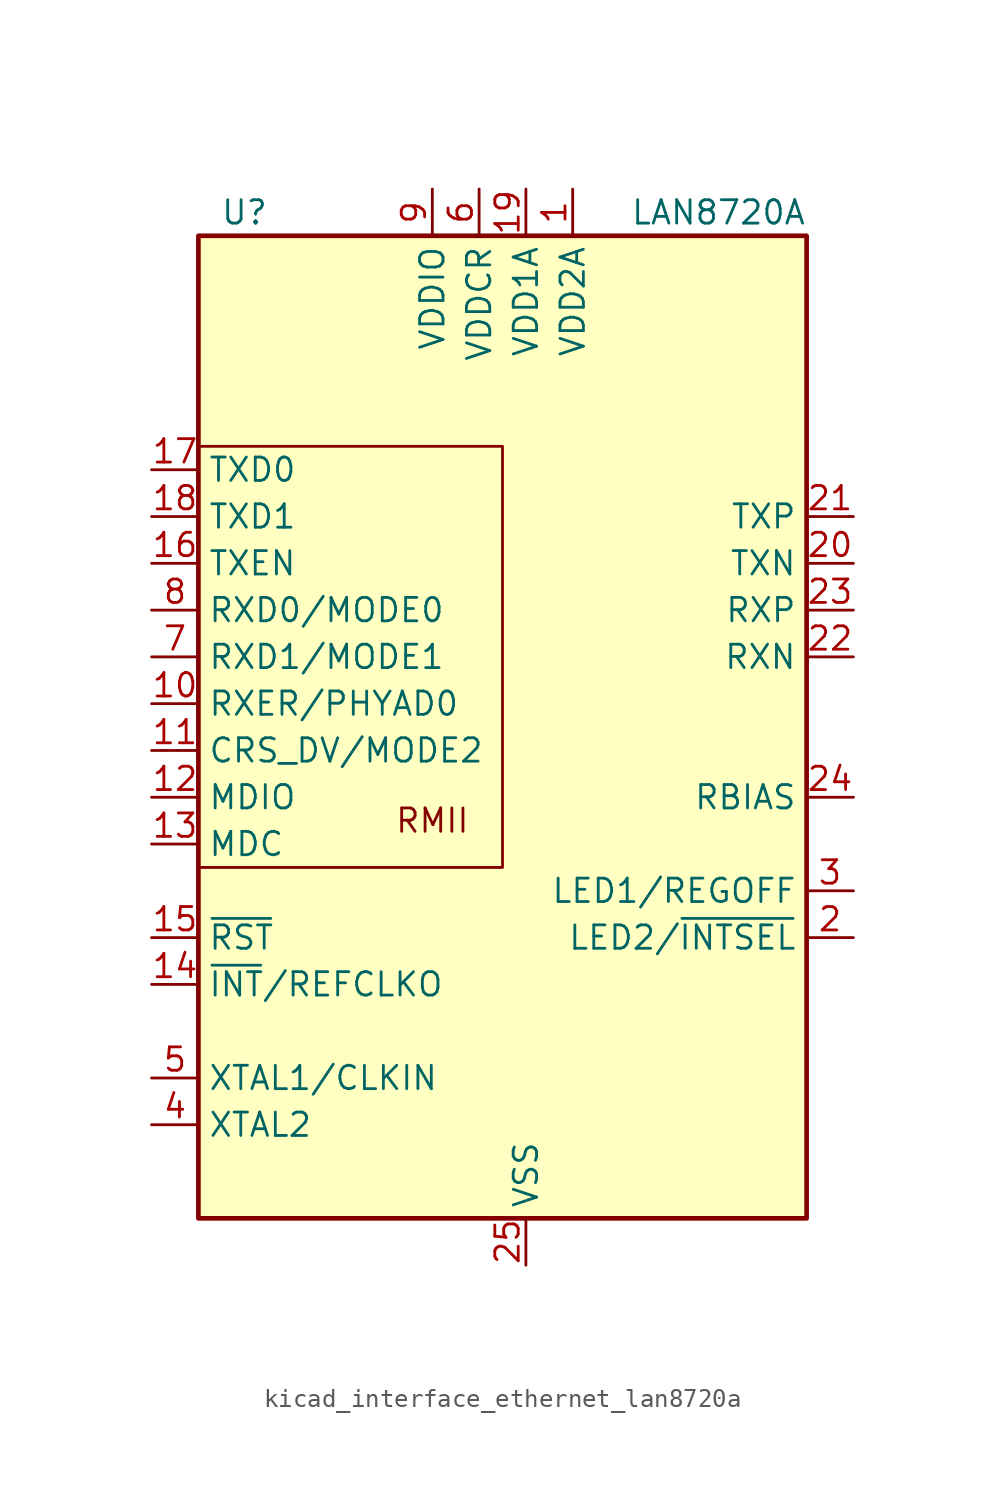
<source format=kicad_sym>
(kicad_symbol_lib
  (version 20220914)
  (generator kicad_symbol_editor)
  (symbol "kicad_interface_ethernet_lan8720a"
    (property "Reference" "U"
      (at -13.97 29.21 0)
      (effects (font (size 1.27 1.27)) (justify right)))
    (property "Value" "LAN8720A"
      (at 15.24 29.21 0)
      (effects (font (size 1.27 1.27)) (justify right)))
    (symbol "kicad_interface_ethernet_lan8720a_0_0"
      (text "RMII" (at -5.08 -3.81 0) (effects (font (size 1.27 1.27)))))
    (symbol "kicad_interface_ethernet_lan8720a_0_1"
      (rectangle (start -17.78 27.94) (end 15.24 -25.4) (stroke (width 0.254) (type default)) (fill (type background)))
      (polyline (pts (xy -17.78 -6.35) (xy -1.27 -6.35) (xy -1.27 16.51) (xy -17.78 16.51)) (stroke (width 0) (type default)) (fill (type none))))
    (symbol "kicad_interface_ethernet_lan8720a_1_1"
      (pin power_in line (at 2.54 30.48 270) (length 2.54) (name "VDD2A" (effects (font (size 1.27 1.27)))) (number "1" (effects (font (size 1.27 1.27)))))
      (pin output line (at -20.32 2.54 0) (length 2.54) (name "RXER/PHYAD0" (effects (font (size 1.27 1.27)))) (number "10" (effects (font (size 1.27 1.27)))))
      (pin bidirectional line (at -20.32 0 0) (length 2.54) (name "CRS_DV/MODE2" (effects (font (size 1.27 1.27)))) (number "11" (effects (font (size 1.27 1.27)))))
      (pin bidirectional line (at -20.32 -2.54 0) (length 2.54) (name "MDIO" (effects (font (size 1.27 1.27)))) (number "12" (effects (font (size 1.27 1.27)))))
      (pin input line (at -20.32 -5.08 0) (length 2.54) (name "MDC" (effects (font (size 1.27 1.27)))) (number "13" (effects (font (size 1.27 1.27)))))
      (pin output line (at -20.32 -12.7 0) (length 2.54) (name "~{INT}/REFCLKO" (effects (font (size 1.27 1.27)))) (number "14" (effects (font (size 1.27 1.27)))))
      (pin input line (at -20.32 -10.16 0) (length 2.54) (name "~{RST}" (effects (font (size 1.27 1.27)))) (number "15" (effects (font (size 1.27 1.27)))))
      (pin input line (at -20.32 10.16 0) (length 2.54) (name "TXEN" (effects (font (size 1.27 1.27)))) (number "16" (effects (font (size 1.27 1.27)))))
      (pin input line (at -20.32 15.24 0) (length 2.54) (name "TXD0" (effects (font (size 1.27 1.27)))) (number "17" (effects (font (size 1.27 1.27)))))
      (pin input line (at -20.32 12.7 0) (length 2.54) (name "TXD1" (effects (font (size 1.27 1.27)))) (number "18" (effects (font (size 1.27 1.27)))))
      (pin power_in line (at 0 30.48 270) (length 2.54) (name "VDD1A" (effects (font (size 1.27 1.27)))) (number "19" (effects (font (size 1.27 1.27)))))
      (pin bidirectional line (at 17.78 -10.16 180) (length 2.54) (name "LED2/~{INTSEL}" (effects (font (size 1.27 1.27)))) (number "2" (effects (font (size 1.27 1.27)))))
      (pin bidirectional line (at 17.78 10.16 180) (length 2.54) (name "TXN" (effects (font (size 1.27 1.27)))) (number "20" (effects (font (size 1.27 1.27)))))
      (pin bidirectional line (at 17.78 12.7 180) (length 2.54) (name "TXP" (effects (font (size 1.27 1.27)))) (number "21" (effects (font (size 1.27 1.27)))))
      (pin bidirectional line (at 17.78 5.08 180) (length 2.54) (name "RXN" (effects (font (size 1.27 1.27)))) (number "22" (effects (font (size 1.27 1.27)))))
      (pin bidirectional line (at 17.78 7.62 180) (length 2.54) (name "RXP" (effects (font (size 1.27 1.27)))) (number "23" (effects (font (size 1.27 1.27)))))
      (pin passive line (at 17.78 -2.54 180) (length 2.54) (name "RBIAS" (effects (font (size 1.27 1.27)))) (number "24" (effects (font (size 1.27 1.27)))))
      (pin power_in line (at 0 -27.94 90) (length 2.54) (name "VSS" (effects (font (size 1.27 1.27)))) (number "25" (effects (font (size 1.27 1.27)))))
      (pin bidirectional line (at 17.78 -7.62 180) (length 2.54) (name "LED1/REGOFF" (effects (font (size 1.27 1.27)))) (number "3" (effects (font (size 1.27 1.27)))))
      (pin output line (at -20.32 -20.32 0) (length 2.54) (name "XTAL2" (effects (font (size 1.27 1.27)))) (number "4" (effects (font (size 1.27 1.27)))))
      (pin input line (at -20.32 -17.78 0) (length 2.54) (name "XTAL1/CLKIN" (effects (font (size 1.27 1.27)))) (number "5" (effects (font (size 1.27 1.27)))))
      (pin power_in line (at -2.54 30.48 270) (length 2.54) (name "VDDCR" (effects (font (size 1.27 1.27)))) (number "6" (effects (font (size 1.27 1.27)))))
      (pin bidirectional line (at -20.32 5.08 0) (length 2.54) (name "RXD1/MODE1" (effects (font (size 1.27 1.27)))) (number "7" (effects (font (size 1.27 1.27)))))
      (pin bidirectional line (at -20.32 7.62 0) (length 2.54) (name "RXD0/MODE0" (effects (font (size 1.27 1.27)))) (number "8" (effects (font (size 1.27 1.27)))))
      (pin power_in line (at -5.08 30.48 270) (length 2.54) (name "VDDIO" (effects (font (size 1.27 1.27)))) (number "9" (effects (font (size 1.27 1.27))))))))
</source>
